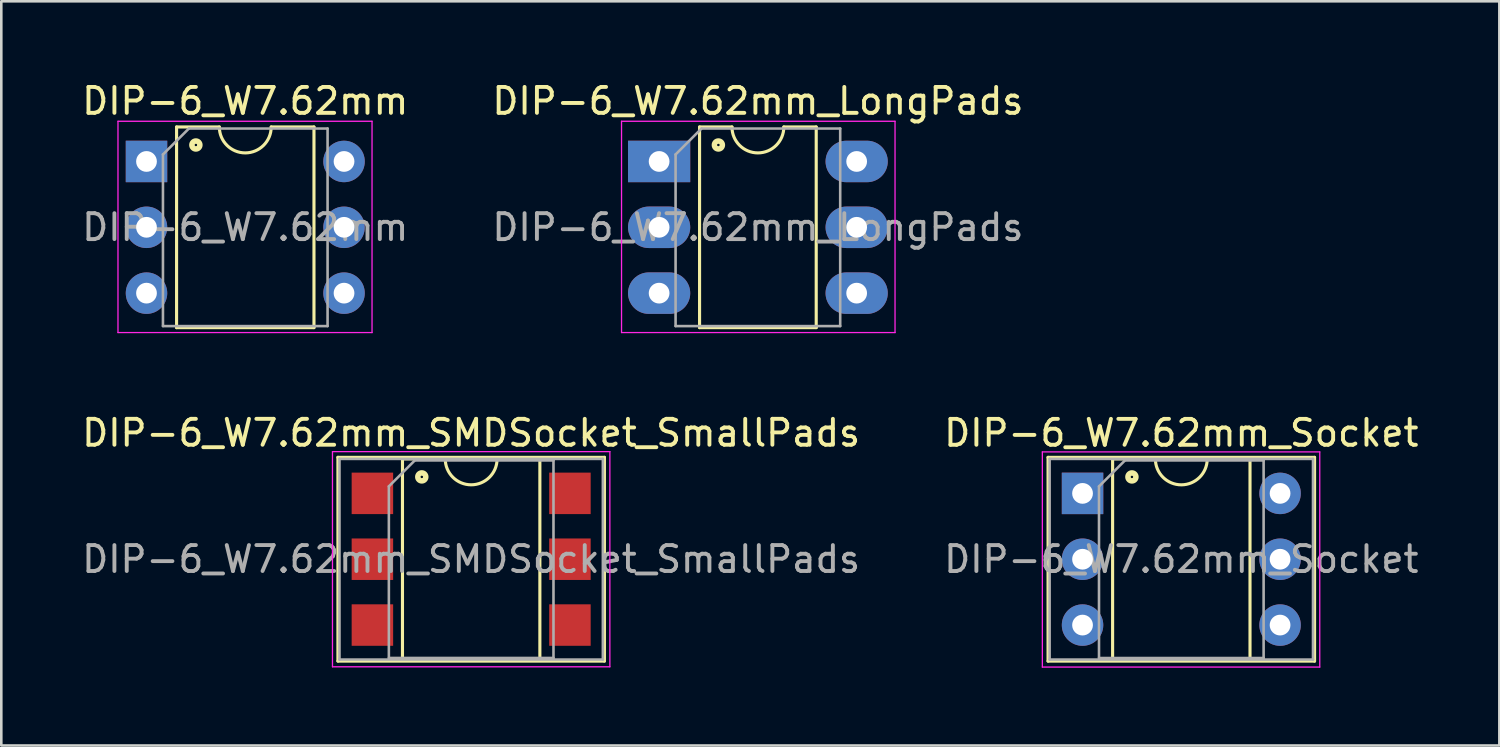
<source format=kicad_pcb>
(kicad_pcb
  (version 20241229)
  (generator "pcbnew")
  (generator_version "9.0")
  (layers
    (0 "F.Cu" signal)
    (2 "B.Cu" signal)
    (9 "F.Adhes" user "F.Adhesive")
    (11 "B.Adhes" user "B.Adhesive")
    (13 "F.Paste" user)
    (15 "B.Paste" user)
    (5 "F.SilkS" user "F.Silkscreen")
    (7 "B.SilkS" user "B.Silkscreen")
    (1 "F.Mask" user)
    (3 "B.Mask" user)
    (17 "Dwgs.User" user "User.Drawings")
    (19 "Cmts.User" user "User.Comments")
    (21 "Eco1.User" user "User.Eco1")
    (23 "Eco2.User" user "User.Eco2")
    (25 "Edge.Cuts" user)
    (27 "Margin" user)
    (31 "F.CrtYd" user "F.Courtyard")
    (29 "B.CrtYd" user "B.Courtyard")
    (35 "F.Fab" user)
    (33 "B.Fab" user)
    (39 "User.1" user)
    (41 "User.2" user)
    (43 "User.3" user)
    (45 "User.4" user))
  (footprint "DIP-6_W7.62mm_SMDSocket_SmallPads"
    (layer "F.Cu")
    (at 15.125 18.521)
    (property "Reference" "DIP-6_W7.62mm_SMDSocket_SmallPads" (at 0 -4.87 0) (layer "F.SilkS") (effects (font (size 1 1) (thickness 0.15))))
    (attr smd)
    (fp_line (start -5.14 -3.93) (end -5.14 3.93) (stroke (width 0.12) (type solid)) (layer "F.SilkS"))
    (fp_line (start -5.14 3.93) (end 5.14 3.93) (stroke (width 0.12) (type solid)) (layer "F.SilkS"))
    (fp_line (start -2.65 -3.87) (end -2.65 3.87) (stroke (width 0.12) (type solid)) (layer "F.SilkS"))
    (fp_line (start -2.65 3.87) (end 2.65 3.87) (stroke (width 0.12) (type solid)) (layer "F.SilkS"))
    (fp_line (start -1 -3.87) (end -2.65 -3.87) (stroke (width 0.12) (type solid)) (layer "F.SilkS"))
    (fp_line (start 2.65 -3.87) (end 1 -3.87) (stroke (width 0.12) (type solid)) (layer "F.SilkS"))
    (fp_line (start 2.65 3.87) (end 2.65 -3.87) (stroke (width 0.12) (type solid)) (layer "F.SilkS"))
    (fp_line (start 5.14 -3.93) (end -5.14 -3.93) (stroke (width 0.12) (type solid)) (layer "F.SilkS"))
    (fp_line (start 5.14 3.93) (end 5.14 -3.93) (stroke (width 0.12) (type solid)) (layer "F.SilkS"))
    (fp_arc (start 1 -3.87) (mid 0 -2.87) (end -1 -3.87) (stroke (width 0.12) (type solid)) (layer "F.SilkS"))
    (fp_circle (center -1.905 -3.175) (end -1.855 -3.175) (stroke (width 0.12) (type solid)) (fill no) (layer "F.SilkS"))
    (fp_circle (center -1.905 -3.175) (end -1.78 -3.175) (stroke (width 0.12) (type solid)) (fill no) (layer "F.SilkS"))
    (fp_circle (center -1.905 -3.175) (end -1.705 -3.175) (stroke (width 0.12) (type solid)) (fill no) (layer "F.SilkS"))
    (fp_line (start -5.35 -4.15) (end -5.35 4.15) (stroke (width 0.05) (type solid)) (layer "F.CrtYd"))
    (fp_line (start -5.35 4.15) (end 5.35 4.15) (stroke (width 0.05) (type solid)) (layer "F.CrtYd"))
    (fp_line (start 5.35 -4.15) (end -5.35 -4.15) (stroke (width 0.05) (type solid)) (layer "F.CrtYd"))
    (fp_line (start 5.35 4.15) (end 5.35 -4.15) (stroke (width 0.05) (type solid)) (layer "F.CrtYd"))
    (fp_line (start -5.08 -3.87) (end -5.08 3.87) (stroke (width 0.1) (type solid)) (layer "F.Fab"))
    (fp_line (start -5.08 3.87) (end 5.08 3.87) (stroke (width 0.1) (type solid)) (layer "F.Fab"))
    (fp_line (start -3.175 -2.81) (end -2.175 -3.81) (stroke (width 0.1) (type solid)) (layer "F.Fab"))
    (fp_line (start -3.175 3.81) (end -3.175 -2.81) (stroke (width 0.1) (type solid)) (layer "F.Fab"))
    (fp_line (start -2.175 -3.81) (end 3.175 -3.81) (stroke (width 0.1) (type solid)) (layer "F.Fab"))
    (fp_line (start 3.175 -3.81) (end 3.175 3.81) (stroke (width 0.1) (type solid)) (layer "F.Fab"))
    (fp_line (start 3.175 3.81) (end -3.175 3.81) (stroke (width 0.1) (type solid)) (layer "F.Fab"))
    (fp_line (start 5.08 -3.87) (end -5.08 -3.87) (stroke (width 0.1) (type solid)) (layer "F.Fab"))
    (fp_line (start 5.08 3.87) (end 5.08 -3.87) (stroke (width 0.1) (type solid)) (layer "F.Fab"))
    (fp_text user "${REFERENCE}" (at 0 0 0) (layer "F.Fab") (effects (font (size 1 1) (thickness 0.15))))
    (pad "1" smd rect (at -3.81 -2.54) (size 1.6 1.6) (layers "F.Cu" "F.Mask" "F.Paste"))
    (pad "2" smd rect (at -3.81 0) (size 1.6 1.6) (layers "F.Cu" "F.Mask" "F.Paste"))
    (pad "3" smd rect (at -3.81 2.54) (size 1.6 1.6) (layers "F.Cu" "F.Mask" "F.Paste"))
    (pad "4" smd rect (at 3.81 2.54) (size 1.6 1.6) (layers "F.Cu" "F.Mask" "F.Paste"))
    (pad "5" smd rect (at 3.81 0) (size 1.6 1.6) (layers "F.Cu" "F.Mask" "F.Paste"))
    (pad "6" smd rect (at 3.81 -2.54) (size 1.6 1.6) (layers "F.Cu" "F.Mask" "F.Paste")))
  (footprint "DIP-6_W7.62mm_Socket"
    (layer "F.Cu")
    (at 38.708 15.982)
    (property "Reference" "DIP-6_W7.62mm_Socket" (at 3.81 -2.33 0) (layer "F.SilkS") (effects (font (size 1 1) (thickness 0.15))))
    (attr through_hole)
    (fp_line (start -1.33 -1.39) (end -1.33 6.47) (stroke (width 0.12) (type solid)) (layer "F.SilkS"))
    (fp_line (start -1.33 6.47) (end 8.95 6.47) (stroke (width 0.12) (type solid)) (layer "F.SilkS"))
    (fp_line (start 1.16 -1.33) (end 1.16 6.41) (stroke (width 0.12) (type solid)) (layer "F.SilkS"))
    (fp_line (start 1.16 6.41) (end 6.46 6.41) (stroke (width 0.12) (type solid)) (layer "F.SilkS"))
    (fp_line (start 2.81 -1.33) (end 1.16 -1.33) (stroke (width 0.12) (type solid)) (layer "F.SilkS"))
    (fp_line (start 6.46 -1.33) (end 4.81 -1.33) (stroke (width 0.12) (type solid)) (layer "F.SilkS"))
    (fp_line (start 6.46 6.41) (end 6.46 -1.33) (stroke (width 0.12) (type solid)) (layer "F.SilkS"))
    (fp_line (start 8.95 -1.39) (end -1.33 -1.39) (stroke (width 0.12) (type solid)) (layer "F.SilkS"))
    (fp_line (start 8.95 6.47) (end 8.95 -1.39) (stroke (width 0.12) (type solid)) (layer "F.SilkS"))
    (fp_arc (start 4.81 -1.33) (mid 3.81 -0.33) (end 2.81 -1.33) (stroke (width 0.12) (type solid)) (layer "F.SilkS"))
    (fp_circle (center 1.905 -0.635) (end 1.955 -0.635) (stroke (width 0.12) (type solid)) (fill no) (layer "F.SilkS"))
    (fp_circle (center 1.905 -0.635) (end 2.03 -0.635) (stroke (width 0.12) (type solid)) (fill no) (layer "F.SilkS"))
    (fp_circle (center 1.905 -0.635) (end 2.105 -0.635) (stroke (width 0.12) (type solid)) (fill no) (layer "F.SilkS"))
    (fp_line (start -1.55 -1.6) (end -1.55 6.7) (stroke (width 0.05) (type solid)) (layer "F.CrtYd"))
    (fp_line (start -1.55 6.7) (end 9.15 6.7) (stroke (width 0.05) (type solid)) (layer "F.CrtYd"))
    (fp_line (start 9.15 -1.6) (end -1.55 -1.6) (stroke (width 0.05) (type solid)) (layer "F.CrtYd"))
    (fp_line (start 9.15 6.7) (end 9.15 -1.6) (stroke (width 0.05) (type solid)) (layer "F.CrtYd"))
    (fp_line (start -1.27 -1.33) (end -1.27 6.41) (stroke (width 0.1) (type solid)) (layer "F.Fab"))
    (fp_line (start -1.27 6.41) (end 8.89 6.41) (stroke (width 0.1) (type solid)) (layer "F.Fab"))
    (fp_line (start 0.635 -0.27) (end 1.635 -1.27) (stroke (width 0.1) (type solid)) (layer "F.Fab"))
    (fp_line (start 0.635 6.35) (end 0.635 -0.27) (stroke (width 0.1) (type solid)) (layer "F.Fab"))
    (fp_line (start 1.635 -1.27) (end 6.985 -1.27) (stroke (width 0.1) (type solid)) (layer "F.Fab"))
    (fp_line (start 6.985 -1.27) (end 6.985 6.35) (stroke (width 0.1) (type solid)) (layer "F.Fab"))
    (fp_line (start 6.985 6.35) (end 0.635 6.35) (stroke (width 0.1) (type solid)) (layer "F.Fab"))
    (fp_line (start 8.89 -1.33) (end -1.27 -1.33) (stroke (width 0.1) (type solid)) (layer "F.Fab"))
    (fp_line (start 8.89 6.41) (end 8.89 -1.33) (stroke (width 0.1) (type solid)) (layer "F.Fab"))
    (fp_text user "${REFERENCE}" (at 3.81 2.54 0) (layer "F.Fab") (effects (font (size 1 1) (thickness 0.15))))
    (pad "1" thru_hole rect (at 0 0) (size 1.6 1.6) (drill 0.8) (layers "*.Cu" "*.Mask"))
    (pad "2" thru_hole oval (at 0 2.54) (size 1.6 1.6) (drill 0.8) (layers "*.Cu" "*.Mask"))
    (pad "3" thru_hole oval (at 0 5.08) (size 1.6 1.6) (drill 0.8) (layers "*.Cu" "*.Mask"))
    (pad "4" thru_hole oval (at 7.62 5.08) (size 1.6 1.6) (drill 0.8) (layers "*.Cu" "*.Mask"))
    (pad "5" thru_hole oval (at 7.62 2.54) (size 1.6 1.6) (drill 0.8) (layers "*.Cu" "*.Mask"))
    (pad "6" thru_hole oval (at 7.62 0) (size 1.6 1.6) (drill 0.8) (layers "*.Cu" "*.Mask")))
  (footprint "DIP-6_W7.62mm_LongPads"
    (layer "F.Cu")
    (at 22.375 3.178)
    (property "Reference" "DIP-6_W7.62mm_LongPads" (at 3.81 -2.33 0) (layer "F.SilkS") (effects (font (size 1 1) (thickness 0.15))))
    (attr through_hole)
    (fp_line (start 1.56 -1.33) (end 1.56 6.41) (stroke (width 0.12) (type solid)) (layer "F.SilkS"))
    (fp_line (start 1.56 6.41) (end 6.06 6.41) (stroke (width 0.12) (type solid)) (layer "F.SilkS"))
    (fp_line (start 2.81 -1.33) (end 1.56 -1.33) (stroke (width 0.12) (type solid)) (layer "F.SilkS"))
    (fp_line (start 6.06 -1.33) (end 4.81 -1.33) (stroke (width 0.12) (type solid)) (layer "F.SilkS"))
    (fp_line (start 6.06 6.41) (end 6.06 -1.33) (stroke (width 0.12) (type solid)) (layer "F.SilkS"))
    (fp_arc (start 4.81 -1.33) (mid 3.81 -0.33) (end 2.81 -1.33) (stroke (width 0.12) (type solid)) (layer "F.SilkS"))
    (fp_circle (center 2.286 -0.635) (end 2.336 -0.635) (stroke (width 0.12) (type solid)) (fill no) (layer "F.SilkS"))
    (fp_circle (center 2.286 -0.635) (end 2.411 -0.635) (stroke (width 0.12) (type solid)) (fill no) (layer "F.SilkS"))
    (fp_circle (center 2.286 -0.635) (end 2.486 -0.635) (stroke (width 0.12) (type solid)) (fill no) (layer "F.SilkS"))
    (fp_line (start -1.45 -1.55) (end -1.45 6.6) (stroke (width 0.05) (type solid)) (layer "F.CrtYd"))
    (fp_line (start -1.45 6.6) (end 9.1 6.6) (stroke (width 0.05) (type solid)) (layer "F.CrtYd"))
    (fp_line (start 9.1 -1.55) (end -1.45 -1.55) (stroke (width 0.05) (type solid)) (layer "F.CrtYd"))
    (fp_line (start 9.1 6.6) (end 9.1 -1.55) (stroke (width 0.05) (type solid)) (layer "F.CrtYd"))
    (fp_line (start 0.635 -0.27) (end 1.635 -1.27) (stroke (width 0.1) (type solid)) (layer "F.Fab"))
    (fp_line (start 0.635 6.35) (end 0.635 -0.27) (stroke (width 0.1) (type solid)) (layer "F.Fab"))
    (fp_line (start 1.635 -1.27) (end 6.985 -1.27) (stroke (width 0.1) (type solid)) (layer "F.Fab"))
    (fp_line (start 6.985 -1.27) (end 6.985 6.35) (stroke (width 0.1) (type solid)) (layer "F.Fab"))
    (fp_line (start 6.985 6.35) (end 0.635 6.35) (stroke (width 0.1) (type solid)) (layer "F.Fab"))
    (fp_text user "${REFERENCE}" (at 3.81 2.54 0) (layer "F.Fab") (effects (font (size 1 1) (thickness 0.15))))
    (pad "1" thru_hole rect (at 0 0) (size 2.4 1.6) (drill 0.8) (layers "*.Cu" "*.Mask"))
    (pad "2" thru_hole oval (at 0 2.54) (size 2.4 1.6) (drill 0.8) (layers "*.Cu" "*.Mask"))
    (pad "3" thru_hole oval (at 0 5.08) (size 2.4 1.6) (drill 0.8) (layers "*.Cu" "*.Mask"))
    (pad "4" thru_hole oval (at 7.62 5.08) (size 2.4 1.6) (drill 0.8) (layers "*.Cu" "*.Mask"))
    (pad "5" thru_hole oval (at 7.62 2.54) (size 2.4 1.6) (drill 0.8) (layers "*.Cu" "*.Mask"))
    (pad "6" thru_hole oval (at 7.62 0) (size 2.4 1.6) (drill 0.8) (layers "*.Cu" "*.Mask")))
  (footprint "DIP-6_W7.62mm"
    (layer "F.Cu")
    (at 2.601 3.178)
    (property "Reference" "DIP-6_W7.62mm" (at 3.81 -2.33 0) (layer "F.SilkS") (effects (font (size 1 1) (thickness 0.15))))
    (attr through_hole)
    (fp_line (start 1.16 -1.33) (end 1.16 6.41) (stroke (width 0.12) (type solid)) (layer "F.SilkS"))
    (fp_line (start 1.16 6.41) (end 6.46 6.41) (stroke (width 0.12) (type solid)) (layer "F.SilkS"))
    (fp_line (start 2.81 -1.33) (end 1.16 -1.33) (stroke (width 0.12) (type solid)) (layer "F.SilkS"))
    (fp_line (start 6.46 -1.33) (end 4.81 -1.33) (stroke (width 0.12) (type solid)) (layer "F.SilkS"))
    (fp_line (start 6.46 6.41) (end 6.46 -1.33) (stroke (width 0.12) (type solid)) (layer "F.SilkS"))
    (fp_arc (start 4.81 -1.33) (mid 3.81 -0.33) (end 2.81 -1.33) (stroke (width 0.12) (type solid)) (layer "F.SilkS"))
    (fp_circle (center 1.905 -0.635) (end 1.955 -0.635) (stroke (width 0.12) (type solid)) (fill no) (layer "F.SilkS"))
    (fp_circle (center 1.905 -0.635) (end 2.03 -0.635) (stroke (width 0.12) (type solid)) (fill no) (layer "F.SilkS"))
    (fp_circle (center 1.905 -0.635) (end 2.105 -0.635) (stroke (width 0.12) (type solid)) (fill no) (layer "F.SilkS"))
    (fp_line (start -1.1 -1.55) (end -1.1 6.6) (stroke (width 0.05) (type solid)) (layer "F.CrtYd"))
    (fp_line (start -1.1 6.6) (end 8.7 6.6) (stroke (width 0.05) (type solid)) (layer "F.CrtYd"))
    (fp_line (start 8.7 -1.55) (end -1.1 -1.55) (stroke (width 0.05) (type solid)) (layer "F.CrtYd"))
    (fp_line (start 8.7 6.6) (end 8.7 -1.55) (stroke (width 0.05) (type solid)) (layer "F.CrtYd"))
    (fp_line (start 0.635 -0.27) (end 1.635 -1.27) (stroke (width 0.1) (type solid)) (layer "F.Fab"))
    (fp_line (start 0.635 6.35) (end 0.635 -0.27) (stroke (width 0.1) (type solid)) (layer "F.Fab"))
    (fp_line (start 1.635 -1.27) (end 6.985 -1.27) (stroke (width 0.1) (type solid)) (layer "F.Fab"))
    (fp_line (start 6.985 -1.27) (end 6.985 6.35) (stroke (width 0.1) (type solid)) (layer "F.Fab"))
    (fp_line (start 6.985 6.35) (end 0.635 6.35) (stroke (width 0.1) (type solid)) (layer "F.Fab"))
    (fp_text user "${REFERENCE}" (at 3.81 2.54 0) (layer "F.Fab") (effects (font (size 1 1) (thickness 0.15))))
    (pad "1" thru_hole rect (at 0 0) (size 1.6 1.6) (drill 0.8) (layers "*.Cu" "*.Mask"))
    (pad "2" thru_hole oval (at 0 2.54) (size 1.6 1.6) (drill 0.8) (layers "*.Cu" "*.Mask"))
    (pad "3" thru_hole oval (at 0 5.08) (size 1.6 1.6) (drill 0.8) (layers "*.Cu" "*.Mask"))
    (pad "4" thru_hole oval (at 7.62 5.08) (size 1.6 1.6) (drill 0.8) (layers "*.Cu" "*.Mask"))
    (pad "5" thru_hole oval (at 7.62 2.54) (size 1.6 1.6) (drill 0.8) (layers "*.Cu" "*.Mask"))
    (pad "6" thru_hole oval (at 7.62 0) (size 1.6 1.6) (drill 0.8) (layers "*.Cu" "*.Mask")))
  (gr_rect
    (start -3 -3)
    (end 54.786 25.706)
    (stroke (width 0.1) (type default))
    (fill no)
    (layer "Edge.Cuts")))
</source>
